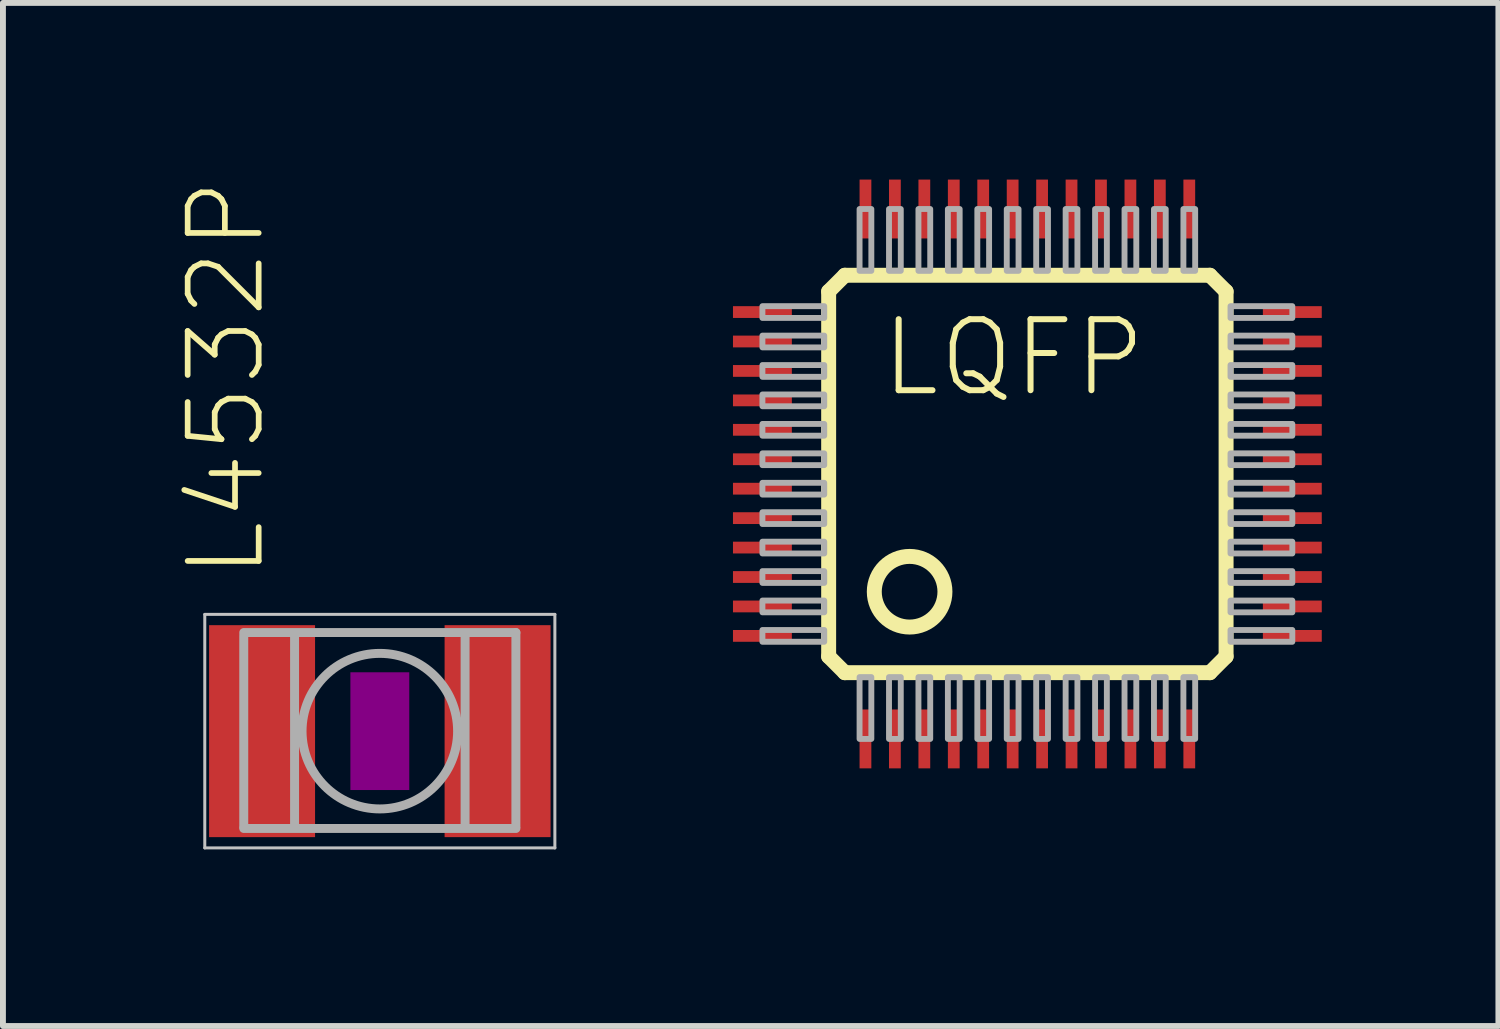
<source format=kicad_pcb>
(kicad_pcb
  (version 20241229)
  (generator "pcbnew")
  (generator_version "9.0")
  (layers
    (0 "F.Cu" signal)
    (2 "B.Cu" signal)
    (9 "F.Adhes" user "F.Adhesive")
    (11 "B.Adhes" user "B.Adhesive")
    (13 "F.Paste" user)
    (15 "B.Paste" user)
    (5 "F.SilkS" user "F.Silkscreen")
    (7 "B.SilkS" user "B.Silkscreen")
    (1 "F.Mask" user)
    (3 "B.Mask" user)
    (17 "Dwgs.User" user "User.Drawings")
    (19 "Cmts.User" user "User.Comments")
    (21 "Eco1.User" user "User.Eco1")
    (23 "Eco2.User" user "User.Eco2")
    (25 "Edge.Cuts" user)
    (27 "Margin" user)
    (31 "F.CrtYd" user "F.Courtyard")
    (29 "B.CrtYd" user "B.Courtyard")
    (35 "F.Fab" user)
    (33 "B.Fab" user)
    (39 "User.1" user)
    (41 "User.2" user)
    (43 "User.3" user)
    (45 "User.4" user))
  (footprint "L4532P"
    (layer "F.Cu")
    (at 3.401 9.368)
    (property "Reference" "L4532P" (at -1.905 -2.54 90) (layer "F.SilkS") (effects (font (size 1.206 1.206) (thickness 0.097)) (justify left bottom)))
    (attr through_hole)
    (fp_poly (pts (xy -0.5 1) (xy 0.5 1) (xy 0.5 -1) (xy -0.5 -1)) (stroke (width 0) (type solid)) (fill yes) (layer "F.Adhes"))
    (fp_line (start -2.973 -1.983) (end 2.973 -1.983) (stroke (width 0.051) (type solid)) (layer "Dwgs.User"))
    (fp_line (start -2.973 1.983) (end -2.973 -1.983) (stroke (width 0.051) (type solid)) (layer "Dwgs.User"))
    (fp_line (start 2.973 -1.983) (end 2.973 1.983) (stroke (width 0.051) (type solid)) (layer "Dwgs.User"))
    (fp_line (start 2.973 1.983) (end -2.973 1.983) (stroke (width 0.051) (type solid)) (layer "Dwgs.User"))
    (fp_line (start -2.311 -1.675) (end 2.311 -1.675) (stroke (width 0.152) (type solid)) (layer "F.Fab"))
    (fp_line (start -2.311 -1.626) (end -2.311 1.626) (stroke (width 0.152) (type solid)) (layer "F.Fab"))
    (fp_line (start -2.311 1.653) (end 2.311 1.653) (stroke (width 0.152) (type solid)) (layer "F.Fab"))
    (fp_line (start -1.448 -1.651) (end -1.448 1.626) (stroke (width 0.152) (type solid)) (layer "F.Fab"))
    (fp_line (start 1.448 -1.626) (end 1.448 1.626) (stroke (width 0.152) (type solid)) (layer "F.Fab"))
    (fp_line (start 2.311 -1.675) (end 2.311 1.626) (stroke (width 0.152) (type solid)) (layer "F.Fab"))
    (fp_circle (center 0 0) (end 1.321 0) (stroke (width 0.152) (type solid)) (fill no) (layer "F.Fab"))
    (pad "1" smd rect (at -2 0) (size 1.8 3.6) (layers "F.Cu" "F.Mask" "F.Paste"))
    (pad "2" smd rect (at 2 0) (size 1.8 3.6) (layers "F.Cu" "F.Mask" "F.Paste")))
  (footprint "LQFP"
    (layer "F.Cu")
    (at 14.399 5)
    (property "Reference" "LQFP" (at -2.54 -1.27 0) (layer "F.SilkS") (effects (font (size 1.206 1.206) (thickness 0.102)) (justify left bottom)))
    (attr through_hole)
    (fp_line (start -3.375 -3.1) (end -3.1 -3.375) (stroke (width 0.254) (type solid)) (layer "F.SilkS"))
    (fp_line (start -3.375 3.1) (end -3.375 -3.1) (stroke (width 0.254) (type solid)) (layer "F.SilkS"))
    (fp_line (start -3.1 -3.375) (end 3.1 -3.375) (stroke (width 0.254) (type solid)) (layer "F.SilkS"))
    (fp_line (start -3.1 3.375) (end -3.375 3.1) (stroke (width 0.254) (type solid)) (layer "F.SilkS"))
    (fp_line (start 3.1 -3.375) (end 3.375 -3.1) (stroke (width 0.254) (type solid)) (layer "F.SilkS"))
    (fp_line (start 3.1 3.375) (end -3.1 3.375) (stroke (width 0.254) (type solid)) (layer "F.SilkS"))
    (fp_line (start 3.375 -3.1) (end 3.375 3.1) (stroke (width 0.254) (type solid)) (layer "F.SilkS"))
    (fp_line (start 3.375 3.1) (end 3.1 3.375) (stroke (width 0.254) (type solid)) (layer "F.SilkS"))
    (fp_circle (center -2 2) (end -1.4 2) (stroke (width 0.254) (type solid)) (fill no) (layer "F.SilkS"))
    (fp_poly (pts (xy -4.5 -2.65) (xy -3.45 -2.65) (xy -3.45 -2.85) (xy -4.5 -2.85)) (stroke (width 0.1) (type solid)) (fill no) (layer "F.Fab"))
    (fp_poly (pts (xy -4.5 -2.15) (xy -3.45 -2.15) (xy -3.45 -2.35) (xy -4.5 -2.35)) (stroke (width 0.1) (type solid)) (fill no) (layer "F.Fab"))
    (fp_poly (pts (xy -4.5 -1.65) (xy -3.45 -1.65) (xy -3.45 -1.85) (xy -4.5 -1.85)) (stroke (width 0.1) (type solid)) (fill no) (layer "F.Fab"))
    (fp_poly (pts (xy -4.5 -1.15) (xy -3.45 -1.15) (xy -3.45 -1.35) (xy -4.5 -1.35)) (stroke (width 0.1) (type solid)) (fill no) (layer "F.Fab"))
    (fp_poly (pts (xy -4.5 -0.65) (xy -3.45 -0.65) (xy -3.45 -0.85) (xy -4.5 -0.85)) (stroke (width 0.1) (type solid)) (fill no) (layer "F.Fab"))
    (fp_poly (pts (xy -4.5 -0.15) (xy -3.45 -0.15) (xy -3.45 -0.35) (xy -4.5 -0.35)) (stroke (width 0.1) (type solid)) (fill no) (layer "F.Fab"))
    (fp_poly (pts (xy -4.5 0.35) (xy -3.45 0.35) (xy -3.45 0.15) (xy -4.5 0.15)) (stroke (width 0.1) (type solid)) (fill no) (layer "F.Fab"))
    (fp_poly (pts (xy -4.5 0.85) (xy -3.45 0.85) (xy -3.45 0.65) (xy -4.5 0.65)) (stroke (width 0.1) (type solid)) (fill no) (layer "F.Fab"))
    (fp_poly (pts (xy -4.5 1.35) (xy -3.45 1.35) (xy -3.45 1.15) (xy -4.5 1.15)) (stroke (width 0.1) (type solid)) (fill no) (layer "F.Fab"))
    (fp_poly (pts (xy -4.5 1.85) (xy -3.45 1.85) (xy -3.45 1.65) (xy -4.5 1.65)) (stroke (width 0.1) (type solid)) (fill no) (layer "F.Fab"))
    (fp_poly (pts (xy -4.5 2.35) (xy -3.45 2.35) (xy -3.45 2.15) (xy -4.5 2.15)) (stroke (width 0.1) (type solid)) (fill no) (layer "F.Fab"))
    (fp_poly (pts (xy -4.5 2.85) (xy -3.45 2.85) (xy -3.45 2.65) (xy -4.5 2.65)) (stroke (width 0.1) (type solid)) (fill no) (layer "F.Fab"))
    (fp_poly (pts (xy -2.85 -3.45) (xy -2.65 -3.45) (xy -2.65 -4.5) (xy -2.85 -4.5)) (stroke (width 0.1) (type solid)) (fill no) (layer "F.Fab"))
    (fp_poly (pts (xy -2.85 4.5) (xy -2.65 4.5) (xy -2.65 3.45) (xy -2.85 3.45)) (stroke (width 0.1) (type solid)) (fill no) (layer "F.Fab"))
    (fp_poly (pts (xy -2.35 -3.45) (xy -2.15 -3.45) (xy -2.15 -4.5) (xy -2.35 -4.5)) (stroke (width 0.1) (type solid)) (fill no) (layer "F.Fab"))
    (fp_poly (pts (xy -2.35 4.5) (xy -2.15 4.5) (xy -2.15 3.45) (xy -2.35 3.45)) (stroke (width 0.1) (type solid)) (fill no) (layer "F.Fab"))
    (fp_poly (pts (xy -1.85 -3.45) (xy -1.65 -3.45) (xy -1.65 -4.5) (xy -1.85 -4.5)) (stroke (width 0.1) (type solid)) (fill no) (layer "F.Fab"))
    (fp_poly (pts (xy -1.85 4.5) (xy -1.65 4.5) (xy -1.65 3.45) (xy -1.85 3.45)) (stroke (width 0.1) (type solid)) (fill no) (layer "F.Fab"))
    (fp_poly (pts (xy -1.35 -3.45) (xy -1.15 -3.45) (xy -1.15 -4.5) (xy -1.35 -4.5)) (stroke (width 0.1) (type solid)) (fill no) (layer "F.Fab"))
    (fp_poly (pts (xy -1.35 4.5) (xy -1.15 4.5) (xy -1.15 3.45) (xy -1.35 3.45)) (stroke (width 0.1) (type solid)) (fill no) (layer "F.Fab"))
    (fp_poly (pts (xy -0.85 -3.45) (xy -0.65 -3.45) (xy -0.65 -4.5) (xy -0.85 -4.5)) (stroke (width 0.1) (type solid)) (fill no) (layer "F.Fab"))
    (fp_poly (pts (xy -0.85 4.5) (xy -0.65 4.5) (xy -0.65 3.45) (xy -0.85 3.45)) (stroke (width 0.1) (type solid)) (fill no) (layer "F.Fab"))
    (fp_poly (pts (xy -0.35 -3.45) (xy -0.15 -3.45) (xy -0.15 -4.5) (xy -0.35 -4.5)) (stroke (width 0.1) (type solid)) (fill no) (layer "F.Fab"))
    (fp_poly (pts (xy -0.35 4.5) (xy -0.15 4.5) (xy -0.15 3.45) (xy -0.35 3.45)) (stroke (width 0.1) (type solid)) (fill no) (layer "F.Fab"))
    (fp_poly (pts (xy 0.15 -3.45) (xy 0.35 -3.45) (xy 0.35 -4.5) (xy 0.15 -4.5)) (stroke (width 0.1) (type solid)) (fill no) (layer "F.Fab"))
    (fp_poly (pts (xy 0.15 4.5) (xy 0.35 4.5) (xy 0.35 3.45) (xy 0.15 3.45)) (stroke (width 0.1) (type solid)) (fill no) (layer "F.Fab"))
    (fp_poly (pts (xy 0.65 -3.45) (xy 0.85 -3.45) (xy 0.85 -4.5) (xy 0.65 -4.5)) (stroke (width 0.1) (type solid)) (fill no) (layer "F.Fab"))
    (fp_poly (pts (xy 0.65 4.5) (xy 0.85 4.5) (xy 0.85 3.45) (xy 0.65 3.45)) (stroke (width 0.1) (type solid)) (fill no) (layer "F.Fab"))
    (fp_poly (pts (xy 1.15 -3.45) (xy 1.35 -3.45) (xy 1.35 -4.5) (xy 1.15 -4.5)) (stroke (width 0.1) (type solid)) (fill no) (layer "F.Fab"))
    (fp_poly (pts (xy 1.15 4.5) (xy 1.35 4.5) (xy 1.35 3.45) (xy 1.15 3.45)) (stroke (width 0.1) (type solid)) (fill no) (layer "F.Fab"))
    (fp_poly (pts (xy 1.65 -3.45) (xy 1.85 -3.45) (xy 1.85 -4.5) (xy 1.65 -4.5)) (stroke (width 0.1) (type solid)) (fill no) (layer "F.Fab"))
    (fp_poly (pts (xy 1.65 4.5) (xy 1.85 4.5) (xy 1.85 3.45) (xy 1.65 3.45)) (stroke (width 0.1) (type solid)) (fill no) (layer "F.Fab"))
    (fp_poly (pts (xy 2.15 -3.45) (xy 2.35 -3.45) (xy 2.35 -4.5) (xy 2.15 -4.5)) (stroke (width 0.1) (type solid)) (fill no) (layer "F.Fab"))
    (fp_poly (pts (xy 2.15 4.5) (xy 2.35 4.5) (xy 2.35 3.45) (xy 2.15 3.45)) (stroke (width 0.1) (type solid)) (fill no) (layer "F.Fab"))
    (fp_poly (pts (xy 2.65 -3.45) (xy 2.85 -3.45) (xy 2.85 -4.5) (xy 2.65 -4.5)) (stroke (width 0.1) (type solid)) (fill no) (layer "F.Fab"))
    (fp_poly (pts (xy 2.65 4.5) (xy 2.85 4.5) (xy 2.85 3.45) (xy 2.65 3.45)) (stroke (width 0.1) (type solid)) (fill no) (layer "F.Fab"))
    (fp_poly (pts (xy 3.45 -2.65) (xy 4.5 -2.65) (xy 4.5 -2.85) (xy 3.45 -2.85)) (stroke (width 0.1) (type solid)) (fill no) (layer "F.Fab"))
    (fp_poly (pts (xy 3.45 -2.15) (xy 4.5 -2.15) (xy 4.5 -2.35) (xy 3.45 -2.35)) (stroke (width 0.1) (type solid)) (fill no) (layer "F.Fab"))
    (fp_poly (pts (xy 3.45 -1.65) (xy 4.5 -1.65) (xy 4.5 -1.85) (xy 3.45 -1.85)) (stroke (width 0.1) (type solid)) (fill no) (layer "F.Fab"))
    (fp_poly (pts (xy 3.45 -1.15) (xy 4.5 -1.15) (xy 4.5 -1.35) (xy 3.45 -1.35)) (stroke (width 0.1) (type solid)) (fill no) (layer "F.Fab"))
    (fp_poly (pts (xy 3.45 -0.65) (xy 4.5 -0.65) (xy 4.5 -0.85) (xy 3.45 -0.85)) (stroke (width 0.1) (type solid)) (fill no) (layer "F.Fab"))
    (fp_poly (pts (xy 3.45 -0.15) (xy 4.5 -0.15) (xy 4.5 -0.35) (xy 3.45 -0.35)) (stroke (width 0.1) (type solid)) (fill no) (layer "F.Fab"))
    (fp_poly (pts (xy 3.45 0.35) (xy 4.5 0.35) (xy 4.5 0.15) (xy 3.45 0.15)) (stroke (width 0.1) (type solid)) (fill no) (layer "F.Fab"))
    (fp_poly (pts (xy 3.45 0.85) (xy 4.5 0.85) (xy 4.5 0.65) (xy 3.45 0.65)) (stroke (width 0.1) (type solid)) (fill no) (layer "F.Fab"))
    (fp_poly (pts (xy 3.45 1.35) (xy 4.5 1.35) (xy 4.5 1.15) (xy 3.45 1.15)) (stroke (width 0.1) (type solid)) (fill no) (layer "F.Fab"))
    (fp_poly (pts (xy 3.45 1.85) (xy 4.5 1.85) (xy 4.5 1.65) (xy 3.45 1.65)) (stroke (width 0.1) (type solid)) (fill no) (layer "F.Fab"))
    (fp_poly (pts (xy 3.45 2.35) (xy 4.5 2.35) (xy 4.5 2.15) (xy 3.45 2.15)) (stroke (width 0.1) (type solid)) (fill no) (layer "F.Fab"))
    (fp_poly (pts (xy 3.45 2.85) (xy 4.5 2.85) (xy 4.5 2.65) (xy 3.45 2.65)) (stroke (width 0.1) (type solid)) (fill no) (layer "F.Fab"))
    (pad "1" smd rect (at -2.75 4.5) (size 0.2 1) (layers "F.Cu" "F.Mask" "F.Paste"))
    (pad "2" smd rect (at -2.25 4.5) (size 0.2 1) (layers "F.Cu" "F.Mask" "F.Paste"))
    (pad "3" smd rect (at -1.75 4.5) (size 0.2 1) (layers "F.Cu" "F.Mask" "F.Paste"))
    (pad "4" smd rect (at -1.25 4.5) (size 0.2 1) (layers "F.Cu" "F.Mask" "F.Paste"))
    (pad "5" smd rect (at -0.75 4.5) (size 0.2 1) (layers "F.Cu" "F.Mask" "F.Paste"))
    (pad "6" smd rect (at -0.25 4.5) (size 0.2 1) (layers "F.Cu" "F.Mask" "F.Paste"))
    (pad "7" smd rect (at 0.25 4.5) (size 0.2 1) (layers "F.Cu" "F.Mask" "F.Paste"))
    (pad "8" smd rect (at 0.75 4.5) (size 0.2 1) (layers "F.Cu" "F.Mask" "F.Paste"))
    (pad "9" smd rect (at 1.25 4.5) (size 0.2 1) (layers "F.Cu" "F.Mask" "F.Paste"))
    (pad "10" smd rect (at 1.75 4.5) (size 0.2 1) (layers "F.Cu" "F.Mask" "F.Paste"))
    (pad "11" smd rect (at 2.25 4.5) (size 0.2 1) (layers "F.Cu" "F.Mask" "F.Paste"))
    (pad "12" smd rect (at 2.75 4.5) (size 0.2 1) (layers "F.Cu" "F.Mask" "F.Paste"))
    (pad "13" smd rect (at 4.5 2.75) (size 1 0.2) (layers "F.Cu" "F.Mask" "F.Paste"))
    (pad "14" smd rect (at 4.5 2.25) (size 1 0.2) (layers "F.Cu" "F.Mask" "F.Paste"))
    (pad "15" smd rect (at 4.5 1.75) (size 1 0.2) (layers "F.Cu" "F.Mask" "F.Paste"))
    (pad "16" smd rect (at 4.5 1.25) (size 1 0.2) (layers "F.Cu" "F.Mask" "F.Paste"))
    (pad "17" smd rect (at 4.5 0.75) (size 1 0.2) (layers "F.Cu" "F.Mask" "F.Paste"))
    (pad "18" smd rect (at 4.5 0.25) (size 1 0.2) (layers "F.Cu" "F.Mask" "F.Paste"))
    (pad "19" smd rect (at 4.5 -0.25) (size 1 0.2) (layers "F.Cu" "F.Mask" "F.Paste"))
    (pad "20" smd rect (at 4.5 -0.75) (size 1 0.2) (layers "F.Cu" "F.Mask" "F.Paste"))
    (pad "21" smd rect (at 4.5 -1.25) (size 1 0.2) (layers "F.Cu" "F.Mask" "F.Paste"))
    (pad "22" smd rect (at 4.5 -1.75) (size 1 0.2) (layers "F.Cu" "F.Mask" "F.Paste"))
    (pad "23" smd rect (at 4.5 -2.25) (size 1 0.2) (layers "F.Cu" "F.Mask" "F.Paste"))
    (pad "24" smd rect (at 4.5 -2.75) (size 1 0.2) (layers "F.Cu" "F.Mask" "F.Paste"))
    (pad "25" smd rect (at 2.75 -4.5) (size 0.2 1) (layers "F.Cu" "F.Mask" "F.Paste"))
    (pad "26" smd rect (at 2.25 -4.5) (size 0.2 1) (layers "F.Cu" "F.Mask" "F.Paste"))
    (pad "27" smd rect (at 1.75 -4.5) (size 0.2 1) (layers "F.Cu" "F.Mask" "F.Paste"))
    (pad "28" smd rect (at 1.25 -4.5) (size 0.2 1) (layers "F.Cu" "F.Mask" "F.Paste"))
    (pad "29" smd rect (at 0.75 -4.5) (size 0.2 1) (layers "F.Cu" "F.Mask" "F.Paste"))
    (pad "30" smd rect (at 0.25 -4.5) (size 0.2 1) (layers "F.Cu" "F.Mask" "F.Paste"))
    (pad "31" smd rect (at -0.25 -4.5) (size 0.2 1) (layers "F.Cu" "F.Mask" "F.Paste"))
    (pad "32" smd rect (at -0.75 -4.5) (size 0.2 1) (layers "F.Cu" "F.Mask" "F.Paste"))
    (pad "33" smd rect (at -1.25 -4.5) (size 0.2 1) (layers "F.Cu" "F.Mask" "F.Paste"))
    (pad "34" smd rect (at -1.75 -4.5) (size 0.2 1) (layers "F.Cu" "F.Mask" "F.Paste"))
    (pad "35" smd rect (at -2.25 -4.5) (size 0.2 1) (layers "F.Cu" "F.Mask" "F.Paste"))
    (pad "36" smd rect (at -2.75 -4.5) (size 0.2 1) (layers "F.Cu" "F.Mask" "F.Paste"))
    (pad "37" smd rect (at -4.5 -2.75) (size 1 0.2) (layers "F.Cu" "F.Mask" "F.Paste"))
    (pad "38" smd rect (at -4.5 -2.25) (size 1 0.2) (layers "F.Cu" "F.Mask" "F.Paste"))
    (pad "39" smd rect (at -4.5 -1.75) (size 1 0.2) (layers "F.Cu" "F.Mask" "F.Paste"))
    (pad "40" smd rect (at -4.5 -1.25) (size 1 0.2) (layers "F.Cu" "F.Mask" "F.Paste"))
    (pad "41" smd rect (at -4.5 -0.75) (size 1 0.2) (layers "F.Cu" "F.Mask" "F.Paste"))
    (pad "42" smd rect (at -4.5 -0.25) (size 1 0.2) (layers "F.Cu" "F.Mask" "F.Paste"))
    (pad "43" smd rect (at -4.5 0.25) (size 1 0.2) (layers "F.Cu" "F.Mask" "F.Paste"))
    (pad "44" smd rect (at -4.5 0.75) (size 1 0.2) (layers "F.Cu" "F.Mask" "F.Paste"))
    (pad "45" smd rect (at -4.5 1.25) (size 1 0.2) (layers "F.Cu" "F.Mask" "F.Paste"))
    (pad "46" smd rect (at -4.5 1.75) (size 1 0.2) (layers "F.Cu" "F.Mask" "F.Paste"))
    (pad "47" smd rect (at -4.5 2.25) (size 1 0.2) (layers "F.Cu" "F.Mask" "F.Paste"))
    (pad "48" smd rect (at -4.5 2.75) (size 1 0.2) (layers "F.Cu" "F.Mask" "F.Paste")))
  (gr_rect
    (start -3 -3)
    (end 22.399 14.376)
    (stroke (width 0.1) (type default))
    (fill no)
    (layer "Edge.Cuts")))
</source>
